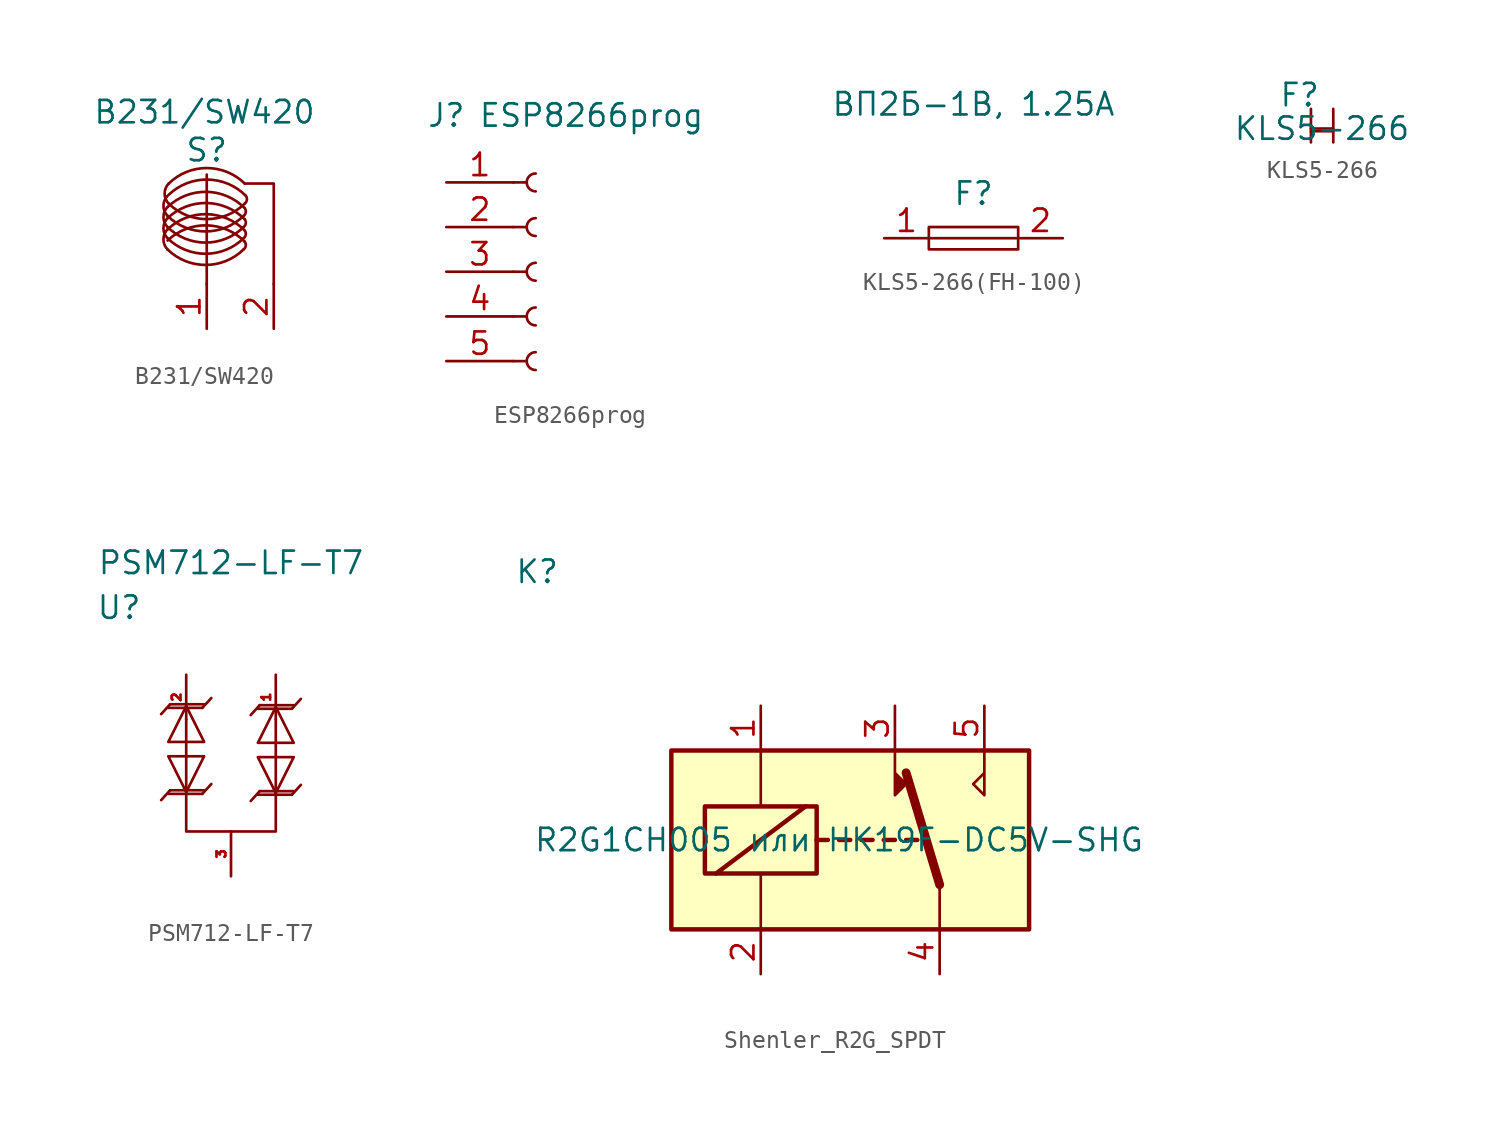
<source format=kicad_sym>
(kicad_symbol_lib
  (version 20220914)
  (generator kicad_symbol_editor)
  (symbol "B231/SW420"
    (property "Reference" "S"
      (at 0 0 0)
      (effects (font (size 1.27 1.27))))
    (property "Value" "B231/SW420"
      (at -0.127 2.159 0)
      (effects (font (size 1.27 1.27))))
    (symbol "B231/SW420_0_1"
      (arc (start -2.2253 -5.6515) (mid -0.0663 -6.5316) (end 2.0927 -5.6515) (stroke (width 0) (type default)) (fill (type none)))
      (arc (start -2.2253 -5.0165) (mid -0.0663 -5.8966) (end 2.0927 -5.0165) (stroke (width 0) (type default)) (fill (type none)))
      (arc (start -2.2253 -4.5085) (mid -2.4612 -5.08) (end -2.2253 -5.6515) (stroke (width 0) (type default)) (fill (type none)))
      (arc (start -2.2253 -4.3815) (mid -0.0663 -5.2616) (end 2.0927 -4.3815) (stroke (width 0) (type default)) (fill (type none)))
      (arc (start -2.2253 -3.8735) (mid -2.4612 -4.445) (end -2.2253 -5.0165) (stroke (width 0) (type default)) (fill (type none)))
      (arc (start -2.2253 -3.7465) (mid -0.0663 -4.6266) (end 2.0927 -3.7465) (stroke (width 0) (type default)) (fill (type none)))
      (arc (start -2.2253 -3.2385) (mid -2.4612 -3.81) (end -2.2253 -4.3815) (stroke (width 0) (type default)) (fill (type none)))
      (arc (start -2.2253 -2.6035) (mid -2.4612 -3.175) (end -2.2253 -3.7465) (stroke (width 0) (type default)) (fill (type none)))
      (arc (start -2.159 -3.048) (mid 0 -3.9281) (end 2.159 -3.048) (stroke (width 0) (type default)) (fill (type none)))
      (arc (start -2.159 -1.905) (mid -2.3949 -2.4765) (end -2.159 -3.048) (stroke (width 0) (type default)) (fill (type none)))
      (polyline (pts (xy 0 -7.62) (xy 0 -1.397)) (stroke (width 0) (type default)) (fill (type none)))
      (polyline (pts (xy 3.81 -7.62) (xy 3.81 -1.905) (xy 2.159 -1.905)) (stroke (width 0) (type default)) (fill (type none)))
      (arc (start 2.0927 -5.6515) (mid 2.218 -5.4429) (end 2.159 -5.207) (stroke (width 0) (type default)) (fill (type none)))
      (arc (start 2.0927 -5.0165) (mid 2.218 -4.8079) (end 2.159 -4.572) (stroke (width 0) (type default)) (fill (type none)))
      (arc (start 2.0927 -4.3815) (mid 2.218 -4.1729) (end 2.159 -3.937) (stroke (width 0) (type default)) (fill (type none)))
      (arc (start 2.0927 -3.7465) (mid 2.218 -3.5379) (end 2.159 -3.302) (stroke (width 0) (type default)) (fill (type none)))
      (arc (start 2.159 -5.207) (mid -0.0202 -4.2819) (end -2.2253 -5.1435) (stroke (width 0) (type default)) (fill (type none)))
      (arc (start 2.159 -4.572) (mid -0.0202 -3.6469) (end -2.2253 -4.5085) (stroke (width 0) (type default)) (fill (type none)))
      (arc (start 2.159 -3.937) (mid -0.0202 -3.0119) (end -2.2253 -3.8735) (stroke (width 0) (type default)) (fill (type none)))
      (arc (start 2.159 -3.302) (mid -0.0202 -2.3769) (end -2.2253 -3.2385) (stroke (width 0) (type default)) (fill (type none)))
      (arc (start 2.159 -3.048) (mid 2.284 -2.8394) (end 2.2253 -2.6035) (stroke (width 0) (type default)) (fill (type none)))
      (arc (start 2.159 -1.905) (mid 0 -1.0241) (end -2.159 -1.905) (stroke (width 0) (type default)) (fill (type none)))
      (arc (start 2.2253 -2.6035) (mid 0.0461 -1.6784) (end -2.159 -2.54) (stroke (width 0) (type default)) (fill (type none))))
    (symbol "B231/SW420_1_1"
      (pin passive line (at 0 -10.16 90) (length 2.54) (name "" (effects (font (size 1.27 1.27)))) (number "1" (effects (font (size 1.27 1.27)))))
      (pin passive line (at 3.81 -10.16 90) (length 2.54) (name "" (effects (font (size 1.27 1.27)))) (number "2" (effects (font (size 1.27 1.27)))))))
  (symbol "ESP8266prog"
    (property "Reference" "J"
      (at 0 8.89 0)
      (effects (font (size 1.27 1.27))))
    (property "Value" "ESP8266prog"
      (at 8.255 8.89 0)
      (effects (font (size 1.27 1.27))))
    (symbol "ESP8266prog_1_1"
      (polyline (pts (xy 3.81 -5.08) (xy 4.572 -5.08)) (stroke (width 0.152) (type default)) (fill (type none)))
      (polyline (pts (xy 3.81 -2.54) (xy 4.572 -2.54)) (stroke (width 0.152) (type default)) (fill (type none)))
      (polyline (pts (xy 3.81 0) (xy 4.572 0)) (stroke (width 0.152) (type default)) (fill (type none)))
      (polyline (pts (xy 3.81 2.54) (xy 4.572 2.54)) (stroke (width 0.152) (type default)) (fill (type none)))
      (polyline (pts (xy 3.81 5.08) (xy 4.572 5.08)) (stroke (width 0.152) (type default)) (fill (type none)))
      (arc (start 5.08 -4.572) (mid 4.5742 -5.08) (end 5.08 -5.588) (stroke (width 0.1524) (type default)) (fill (type none)))
      (arc (start 5.08 -2.032) (mid 4.5742 -2.54) (end 5.08 -3.048) (stroke (width 0.1524) (type default)) (fill (type none)))
      (arc (start 5.08 0.508) (mid 4.5742 0) (end 5.08 -0.508) (stroke (width 0.1524) (type default)) (fill (type none)))
      (arc (start 5.08 3.048) (mid 4.5742 2.54) (end 5.08 2.032) (stroke (width 0.1524) (type default)) (fill (type none)))
      (arc (start 5.08 5.588) (mid 4.5742 5.08) (end 5.08 4.572) (stroke (width 0.1524) (type default)) (fill (type none)))
      (pin passive line (at 0 5.08 0) (length 3.81) (name "" (effects (font (size 1.27 1.27)))) (number "1" (effects (font (size 1.27 1.27)))))
      (pin passive line (at 0 2.54 0) (length 3.81) (name "" (effects (font (size 1.27 1.27)))) (number "2" (effects (font (size 1.27 1.27)))))
      (pin passive line (at 0 0 0) (length 3.81) (name "" (effects (font (size 1.27 1.27)))) (number "3" (effects (font (size 1.27 1.27)))))
      (pin passive line (at 0 -2.54 0) (length 3.81) (name "" (effects (font (size 1.27 1.27)))) (number "4" (effects (font (size 1.27 1.27)))))
      (pin passive line (at 0 -5.08 0) (length 3.81) (name "" (effects (font (size 1.27 1.27)))) (number "5" (effects (font (size 1.27 1.27)))))))
  (symbol "KLS5-266(FH-100)"
    (property "Reference" "F"
      (at 0 2.54 0)
      (effects (font (size 1.27 1.27))))
    (property "Value" "ВП2Б-1В, 1.25A"
      (at 0 7.62 0)
      (effects (font (size 1.27 1.27))))
    (symbol "KLS5-266(FH-100)_0_1"
      (rectangle (start -2.54 0.635) (end 2.54 -0.635) (stroke (width 0) (type default)) (fill (type none)))
      (polyline (pts (xy -2.54 0) (xy 2.54 0)) (stroke (width 0) (type default)) (fill (type none))))
    (symbol "KLS5-266(FH-100)_1_1"
      (pin input line (at -5.08 0 0) (length 2.54) (name "" (effects (font (size 1.27 1.27)))) (number "1" (effects (font (size 1.27 1.27)))))
      (pin input line (at 5.08 0 180) (length 2.54) (name "" (effects (font (size 1.27 1.27)))) (number "2" (effects (font (size 1.27 1.27)))))))
  (symbol "KLS5-266"
    (property "Reference" "F"
      (at -1.27 1.905 0)
      (effects (font (size 1.27 1.27))))
    (property "Value" "KLS5-266"
      (at 0 0 0)
      (effects (font (size 1.27 1.27))))
    (symbol "KLS5-266_0_1"
      (polyline (pts (xy -0.635 0) (xy 0.635 0)) (stroke (width 0) (type default)) (fill (type none)))
      (polyline (pts (xy -0.629 -0.152) (xy -0.629 -0.787)) (stroke (width 0) (type default)) (fill (type none)))
      (polyline (pts (xy 0.641 -0.152) (xy 0.641 -0.787)) (stroke (width 0) (type default)) (fill (type none)))
      (polyline (pts (xy -0.629 1.118) (xy -0.629 -0.152) (xy 0.641 -0.152) (xy 0.641 1.118)) (stroke (width 0) (type default)) (fill (type none)))))
  (symbol "PSM712-LF-T7"
    (property "Reference" "U"
      (at -6.35 3.81 0)
      (effects (font (size 1.27 1.27))))
    (property "Value" "PSM712-LF-T7"
      (at 0 6.35 0)
      (effects (font (size 1.27 1.27))))
    (symbol "PSM712-LF-T7_0_1"
      (polyline (pts (xy -3.962 -2.235) (xy -3.454 -1.676)) (stroke (width 0) (type default)) (fill (type none)))
      (polyline (pts (xy -3.454 -6.553) (xy -3.962 -7.112)) (stroke (width 0) (type default)) (fill (type none)))
      (polyline (pts (xy -1.626 -1.88) (xy -1.118 -1.321)) (stroke (width 0) (type default)) (fill (type none)))
      (polyline (pts (xy -1.118 -6.198) (xy -1.626 -6.756)) (stroke (width 0) (type default)) (fill (type none)))
      (polyline (pts (xy 1.118 -2.286) (xy 1.626 -1.727)) (stroke (width 0) (type default)) (fill (type none)))
      (polyline (pts (xy 1.626 -6.604) (xy 1.118 -7.163)) (stroke (width 0) (type default)) (fill (type none)))
      (polyline (pts (xy 3.454 -1.93) (xy 3.962 -1.372)) (stroke (width 0) (type default)) (fill (type none)))
      (polyline (pts (xy 3.962 -6.248) (xy 3.454 -6.807)) (stroke (width 0) (type default)) (fill (type none)))
      (polyline (pts (xy -3.556 -1.88) (xy -1.829 -1.88) (xy -1.626 -1.88)) (stroke (width 0) (type default)) (fill (type none)))
      (polyline (pts (xy -3.454 -1.676) (xy -1.524 -1.676) (xy -1.575 -1.676)) (stroke (width 0) (type default)) (fill (type none)))
      (polyline (pts (xy -1.626 -6.756) (xy -3.556 -6.756) (xy -3.505 -6.756)) (stroke (width 0) (type default)) (fill (type none)))
      (polyline (pts (xy -1.524 -6.553) (xy -3.251 -6.553) (xy -3.454 -6.553)) (stroke (width 0) (type default)) (fill (type none)))
      (polyline (pts (xy 1.524 -1.93) (xy 3.251 -1.93) (xy 3.454 -1.93)) (stroke (width 0) (type default)) (fill (type none)))
      (polyline (pts (xy 1.626 -1.727) (xy 3.556 -1.727) (xy 3.505 -1.727)) (stroke (width 0) (type default)) (fill (type none)))
      (polyline (pts (xy 3.454 -6.807) (xy 1.524 -6.807) (xy 1.575 -6.807)) (stroke (width 0) (type default)) (fill (type none)))
      (polyline (pts (xy 3.556 -6.604) (xy 1.829 -6.604) (xy 1.626 -6.604)) (stroke (width 0) (type default)) (fill (type none)))
      (polyline (pts (xy -3.556 -4.623) (xy -2.54 -6.655) (xy -1.524 -4.623) (xy -3.556 -4.623)) (stroke (width 0) (type default)) (fill (type none)))
      (polyline (pts (xy -1.524 -3.81) (xy -2.54 -1.778) (xy -3.556 -3.81) (xy -1.524 -3.81)) (stroke (width 0) (type default)) (fill (type none)))
      (polyline (pts (xy 1.524 -4.674) (xy 2.54 -6.706) (xy 3.556 -4.674) (xy 1.524 -4.674)) (stroke (width 0) (type default)) (fill (type none)))
      (polyline (pts (xy 3.556 -3.861) (xy 2.54 -1.829) (xy 1.524 -3.861) (xy 3.556 -3.861)) (stroke (width 0) (type default)) (fill (type none)))
      (polyline (pts (xy 2.54 -2.54) (xy 2.54 -8.89) (xy 0 -8.89) (xy -2.54 -8.89) (xy -2.54 -2.54)) (stroke (width 0) (type default)) (fill (type none))))
    (symbol "PSM712-LF-T7_1_1"
      (pin passive line (at 2.54 0 270) (length 2.54) (name "" (effects (font (size 1.27 1.27)))) (number "1" (effects (font (size 0.5 0.5)))))
      (pin passive line (at -2.54 0 270) (length 2.54) (name "" (effects (font (size 1.27 1.27)))) (number "2" (effects (font (size 0.5 0.5)))))
      (pin passive line (at 0 -11.43 90) (length 2.54) (name "" (effects (font (size 1.27 1.27)))) (number "3" (effects (font (size 0.5 0.5)))))))
  (symbol "Shenler_R2G_SPDT"
    (property "Reference" "K"
      (at -12.7 15.24 0)
      (effects (font (size 1.27 1.27))))
    (property "Value" "R2G1CH005 или HK19F-DC5V-SHG"
      (at 4.445 0 0)
      (effects (font (size 1.27 1.27))))
    (symbol "Shenler_R2G_SPDT_0_0"
      (polyline (pts (xy 12.7 5.08) (xy 12.7 2.54) (xy 12.065 3.175) (xy 12.7 3.81)) (stroke (width 0) (type default)) (fill (type none))))
    (symbol "Shenler_R2G_SPDT_0_1"
      (rectangle (start -5.08 5.08) (end 15.24 -5.08) (stroke (width 0.254) (type default)) (fill (type background)))
      (rectangle (start -3.175 1.905) (end 3.175 -1.905) (stroke (width 0.254) (type default)) (fill (type none)))
      (polyline (pts (xy -2.54 -1.905) (xy 2.54 1.905)) (stroke (width 0.254) (type default)) (fill (type none)))
      (polyline (pts (xy 0 -5.08) (xy 0 -1.905)) (stroke (width 0) (type default)) (fill (type none)))
      (polyline (pts (xy 0 5.08) (xy 0 1.905)) (stroke (width 0) (type default)) (fill (type none)))
      (polyline (pts (xy 3.175 0) (xy 3.81 0)) (stroke (width 0.254) (type default)) (fill (type none)))
      (polyline (pts (xy 4.445 0) (xy 5.08 0)) (stroke (width 0.254) (type default)) (fill (type none)))
      (polyline (pts (xy 5.715 0) (xy 6.35 0)) (stroke (width 0.254) (type default)) (fill (type none)))
      (polyline (pts (xy 6.985 0) (xy 7.62 0)) (stroke (width 0.254) (type default)) (fill (type none)))
      (polyline (pts (xy 8.255 0) (xy 8.89 0)) (stroke (width 0.254) (type default)) (fill (type none)))
      (polyline (pts (xy 10.16 -2.54) (xy 8.255 3.81)) (stroke (width 0.508) (type default)) (fill (type none)))
      (polyline (pts (xy 10.16 -2.54) (xy 10.16 -5.08)) (stroke (width 0) (type default)) (fill (type none)))
      (polyline (pts (xy 7.62 5.08) (xy 7.62 2.54) (xy 8.255 3.175) (xy 7.62 3.81)) (stroke (width 0) (type default)) (fill (type outline))))
    (symbol "Shenler_R2G_SPDT_1_1"
      (pin passive line (at 0 7.62 270) (length 2.54) (name "~" (effects (font (size 1.27 1.27)))) (number "1" (effects (font (size 1.27 1.27)))))
      (pin passive line (at 0 -7.62 90) (length 2.54) (name "~" (effects (font (size 1.27 1.27)))) (number "2" (effects (font (size 1.27 1.27)))))
      (pin passive line (at 7.62 7.62 270) (length 2.54) (name "~" (effects (font (size 1.27 1.27)))) (number "3" (effects (font (size 1.27 1.27)))))
      (pin passive line (at 10.16 -7.62 90) (length 2.54) (name "~" (effects (font (size 1.27 1.27)))) (number "4" (effects (font (size 1.27 1.27)))))
      (pin passive line (at 12.7 7.62 270) (length 2.54) (name "~" (effects (font (size 1.27 1.27)))) (number "5" (effects (font (size 1.27 1.27))))))))
</source>
